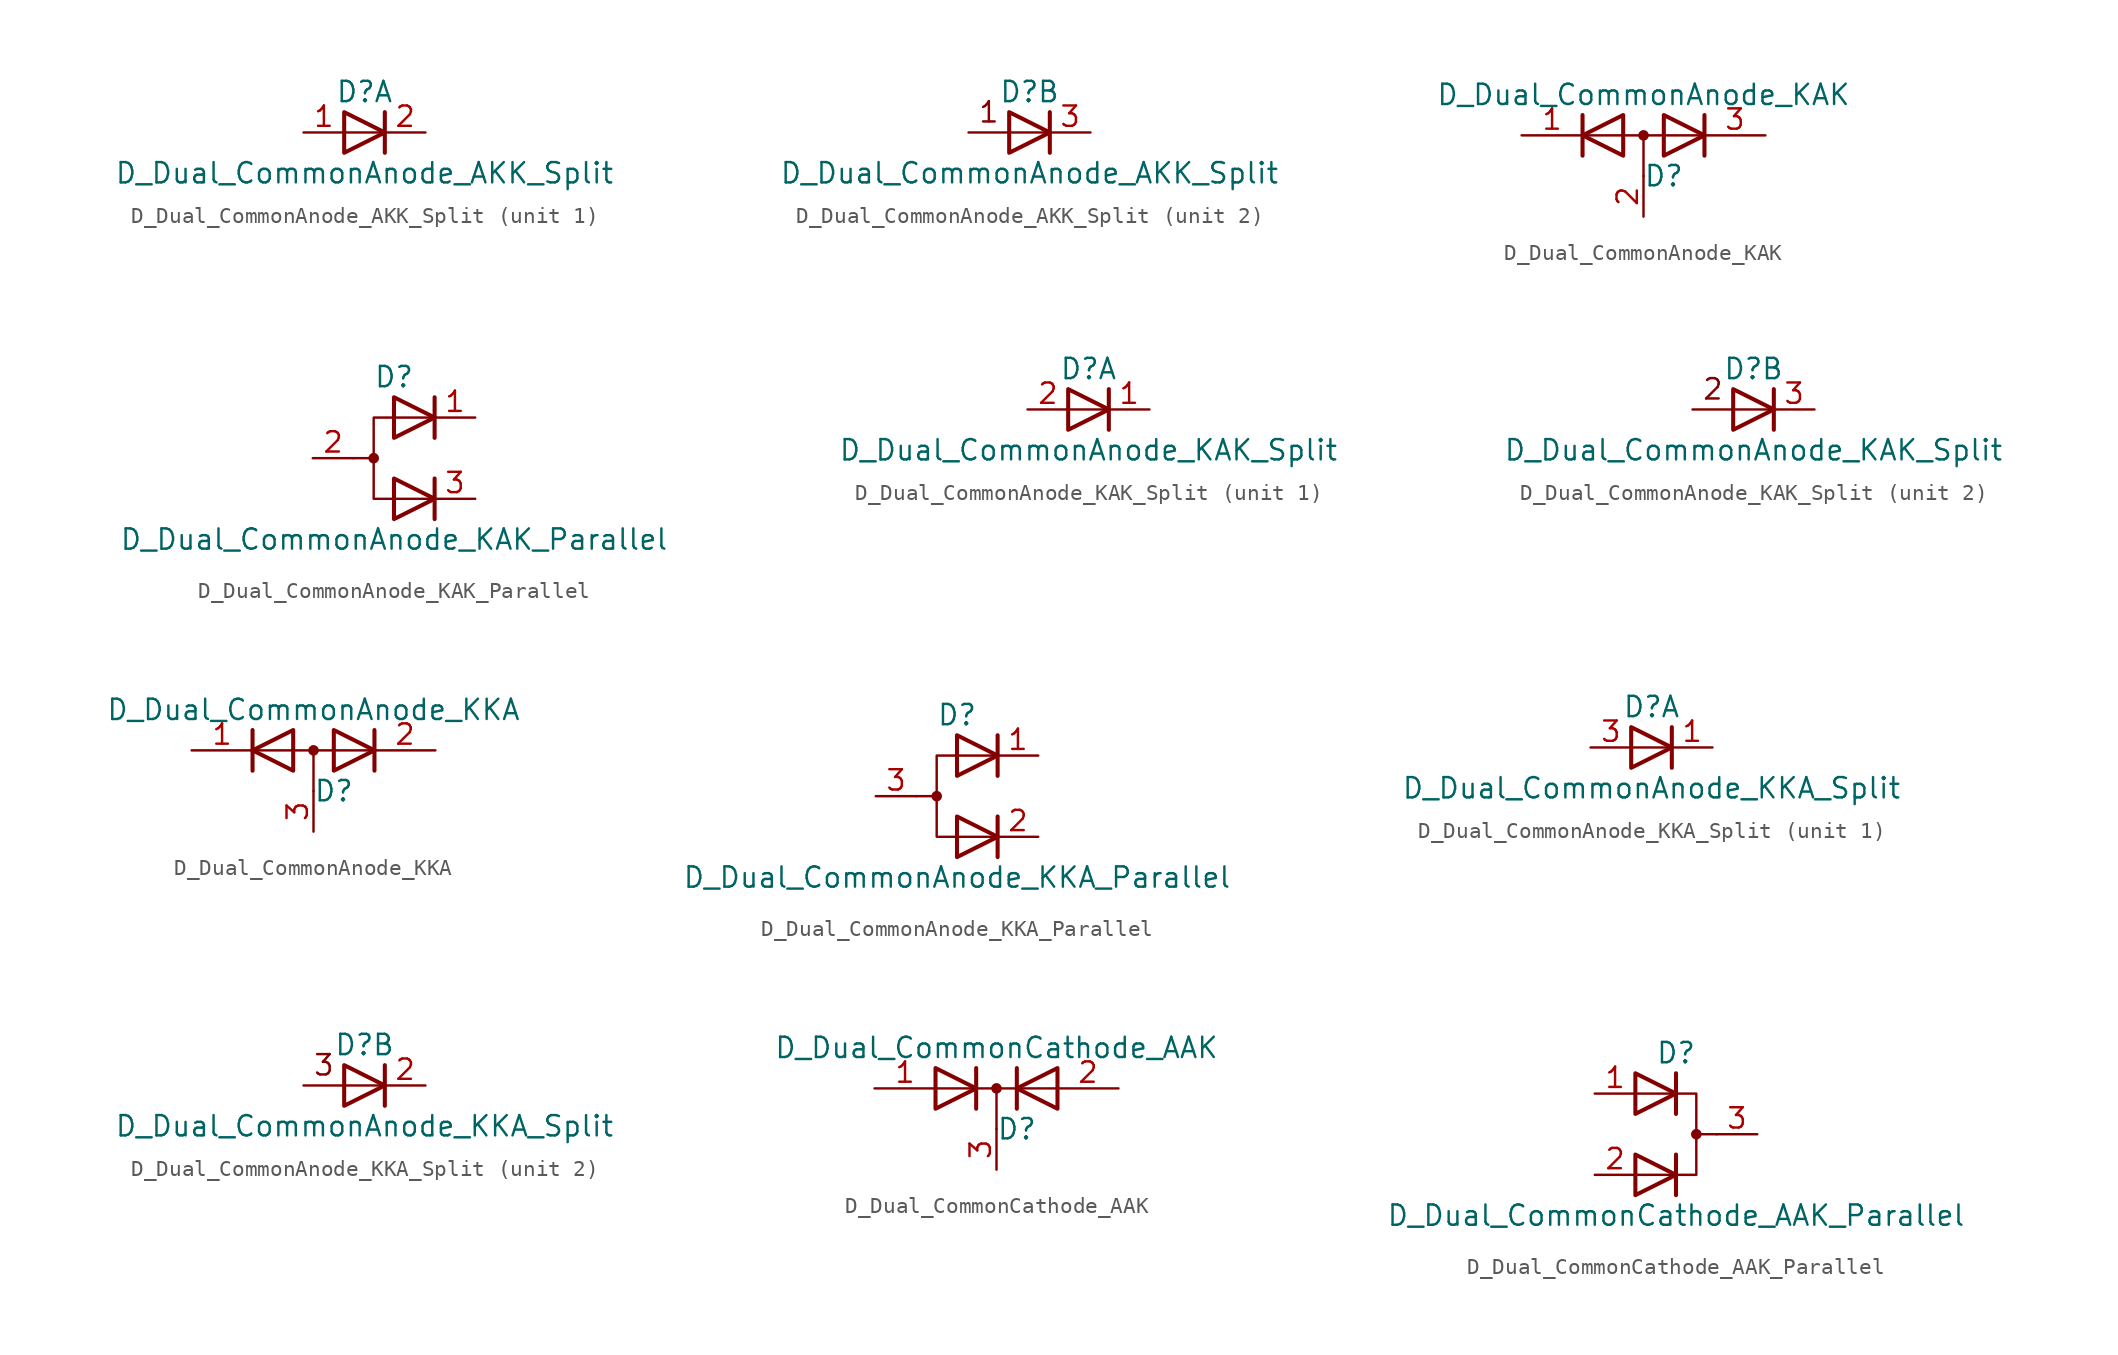
<source format=kicad_sym>
(kicad_symbol_lib
  (version 20241209)
  (generator "kicad_symbol_editor")
  (generator_version "9.0")
  (symbol "D_Dual_CommonAnode_AKK_Split"
    (pin_names
      (offset 0.762)
      (hide yes))
    (property "Reference" "D"
      (at 0 2.54 0)
      (effects (font (size 1.27 1.27))))
    (property "Value" "D_Dual_CommonAnode_AKK_Split"
      (at 0 -2.54 0)
      (effects (font (size 1.27 1.27))))
    (property "ki_locked" ""
      (at 0 0 0)
      (effects (font (size 1.27 1.27))))
    (symbol "D_Dual_CommonAnode_AKK_Split_0_0"
      (polyline (pts (xy 1.27 1.27) (xy 1.27 -1.27)) (stroke (width 0.254) (type solid)) (fill (type none))))
    (symbol "D_Dual_CommonAnode_AKK_Split_0_1"
      (polyline (pts (xy -1.27 1.27) (xy 1.27 0) (xy -1.27 -1.27) (xy -1.27 1.27) (xy -1.27 1.27) (xy -1.27 1.27)) (stroke (width 0.254) (type solid)) (fill (type none))))
    (symbol "D_Dual_CommonAnode_AKK_Split_1_1"
      (polyline (pts (xy 1.27 0) (xy -1.27 0)) (stroke (width 0) (type solid)) (fill (type none)))
      (pin passive line (at -3.81 0 0) (length 2.54) (name "A" (effects (font (size 1.27 1.27)))) (number "1" (effects (font (size 1.27 1.27)))))
      (pin passive line (at 3.81 0 180) (length 2.54) (name "K" (effects (font (size 1.27 1.27)))) (number "2" (effects (font (size 1.27 1.27))))))
    (symbol "D_Dual_CommonAnode_AKK_Split_2_0"
      (polyline (pts (xy 1.27 0) (xy -3.81 0)) (stroke (width 0) (type solid)) (fill (type none)))
      (text "1" (at -2.54 1.27 0) (effects (font (size 1.27 1.27)))))
    (symbol "D_Dual_CommonAnode_AKK_Split_2_1"
      (pin passive line (at 3.81 0 180) (length 2.54) (name "K" (effects (font (size 1.27 1.27)))) (number "3" (effects (font (size 1.27 1.27)))))))
  (symbol "D_Dual_CommonAnode_KAK"
    (pin_names
      (offset 0.762)
      (hide yes))
    (property "Reference" "D"
      (at 1.27 -2.54 0)
      (effects (font (size 1.27 1.27))))
    (property "Value" "D_Dual_CommonAnode_KAK"
      (at 0 2.54 0)
      (effects (font (size 1.27 1.27))))
    (symbol "D_Dual_CommonAnode_KAK_0_1"
      (polyline (pts (xy -3.81 1.27) (xy -3.81 -1.27) (xy -3.81 -1.27)) (stroke (width 0.254) (type solid)) (fill (type none)))
      (polyline (pts (xy -1.27 -1.27) (xy -3.81 0) (xy -1.27 1.27) (xy -1.27 -1.27) (xy -1.27 -1.27) (xy -1.27 -1.27)) (stroke (width 0.254) (type solid)) (fill (type none)))
      (polyline (pts (xy 0 0) (xy 0 -2.54)) (stroke (width 0) (type solid)) (fill (type none)))
      (circle (center 0 0) (radius 0.254) (stroke (width 0) (type solid)) (fill (type outline)))
      (polyline (pts (xy 1.27 1.27) (xy 3.81 0) (xy 1.27 -1.27) (xy 1.27 1.27) (xy 1.27 1.27) (xy 1.27 1.27)) (stroke (width 0.254) (type solid)) (fill (type none)))
      (polyline (pts (xy 3.81 1.27) (xy 3.81 -1.27) (xy 3.81 -1.27)) (stroke (width 0.254) (type solid)) (fill (type none)))
      (polyline (pts (xy 3.81 0) (xy -3.81 0)) (stroke (width 0) (type solid)) (fill (type none)))
      (pin passive line (at -7.62 0 0) (length 3.81) (name "K" (effects (font (size 1.27 1.27)))) (number "1" (effects (font (size 1.27 1.27)))))
      (pin passive line (at 0 -5.08 90) (length 2.54) (name "A" (effects (font (size 1.27 1.27)))) (number "2" (effects (font (size 1.27 1.27)))))
      (pin passive line (at 7.62 0 180) (length 3.81) (name "K" (effects (font (size 1.27 1.27)))) (number "3" (effects (font (size 1.27 1.27)))))))
  (symbol "D_Dual_CommonAnode_KAK_Parallel"
    (pin_names
      (offset 0.762)
      (hide yes))
    (property "Reference" "D"
      (at 0 5.08 0)
      (effects (font (size 1.27 1.27))))
    (property "Value" "D_Dual_CommonAnode_KAK_Parallel"
      (at 0 -5.08 0)
      (effects (font (size 1.27 1.27))))
    (symbol "D_Dual_CommonAnode_KAK_Parallel_0_0"
      (polyline (pts (xy 2.54 3.81) (xy 2.54 1.27)) (stroke (width 0.254) (type solid)) (fill (type none)))
      (polyline (pts (xy 2.54 -1.27) (xy 2.54 -3.81)) (stroke (width 0.254) (type solid)) (fill (type none))))
    (symbol "D_Dual_CommonAnode_KAK_Parallel_0_1"
      (circle (center -1.27 0) (radius 0.254) (stroke (width 0) (type solid)) (fill (type outline)))
      (polyline (pts (xy -1.27 0) (xy -2.54 0)) (stroke (width 0) (type solid)) (fill (type none)))
      (polyline (pts (xy 0 3.81) (xy 2.54 2.54) (xy 0 1.27) (xy 0 3.81) (xy 0 3.81) (xy 0 3.81)) (stroke (width 0.254) (type solid)) (fill (type none)))
      (polyline (pts (xy 0 -1.27) (xy 2.54 -2.54) (xy 0 -3.81) (xy 0 -1.27) (xy 0 -1.27) (xy 0 -1.27)) (stroke (width 0.254) (type solid)) (fill (type none)))
      (polyline (pts (xy 2.54 2.54) (xy -1.27 2.54) (xy -1.27 -2.54) (xy 2.54 -2.54)) (stroke (width 0) (type solid)) (fill (type none)))
      (pin passive line (at -5.08 0 0) (length 2.54) (name "A" (effects (font (size 1.27 1.27)))) (number "2" (effects (font (size 1.27 1.27)))))
      (pin passive line (at 5.08 2.54 180) (length 2.54) (name "K" (effects (font (size 1.27 1.27)))) (number "1" (effects (font (size 1.27 1.27)))))
      (pin passive line (at 5.08 -2.54 180) (length 2.54) (name "K" (effects (font (size 1.27 1.27)))) (number "3" (effects (font (size 1.27 1.27)))))))
  (symbol "D_Dual_CommonAnode_KAK_Split"
    (pin_names
      (offset 0.762)
      (hide yes))
    (property "Reference" "D"
      (at 0 2.54 0)
      (effects (font (size 1.27 1.27))))
    (property "Value" "D_Dual_CommonAnode_KAK_Split"
      (at 0 -2.54 0)
      (effects (font (size 1.27 1.27))))
    (property "ki_locked" ""
      (at 0 0 0)
      (effects (font (size 1.27 1.27))))
    (symbol "D_Dual_CommonAnode_KAK_Split_0_0"
      (polyline (pts (xy 1.27 1.27) (xy 1.27 -1.27)) (stroke (width 0.254) (type solid)) (fill (type none))))
    (symbol "D_Dual_CommonAnode_KAK_Split_0_1"
      (polyline (pts (xy -1.27 1.27) (xy 1.27 0) (xy -1.27 -1.27) (xy -1.27 1.27) (xy -1.27 1.27) (xy -1.27 1.27)) (stroke (width 0.254) (type solid)) (fill (type none))))
    (symbol "D_Dual_CommonAnode_KAK_Split_1_1"
      (polyline (pts (xy 1.27 0) (xy -1.27 0)) (stroke (width 0) (type solid)) (fill (type none)))
      (pin passive line (at -3.81 0 0) (length 2.54) (name "A" (effects (font (size 1.27 1.27)))) (number "2" (effects (font (size 1.27 1.27)))))
      (pin passive line (at 3.81 0 180) (length 2.54) (name "K" (effects (font (size 1.27 1.27)))) (number "1" (effects (font (size 1.27 1.27))))))
    (symbol "D_Dual_CommonAnode_KAK_Split_2_0"
      (polyline (pts (xy 1.27 0) (xy -3.81 0)) (stroke (width 0) (type solid)) (fill (type none)))
      (text "2" (at -2.54 1.27 0) (effects (font (size 1.27 1.27)))))
    (symbol "D_Dual_CommonAnode_KAK_Split_2_1"
      (pin passive line (at 3.81 0 180) (length 2.54) (name "K" (effects (font (size 1.27 1.27)))) (number "3" (effects (font (size 1.27 1.27)))))))
  (symbol "D_Dual_CommonAnode_KKA"
    (pin_names
      (offset 0.762)
      (hide yes))
    (property "Reference" "D"
      (at 1.27 -2.54 0)
      (effects (font (size 1.27 1.27))))
    (property "Value" "D_Dual_CommonAnode_KKA"
      (at 0 2.54 0)
      (effects (font (size 1.27 1.27))))
    (symbol "D_Dual_CommonAnode_KKA_0_1"
      (polyline (pts (xy -3.81 1.27) (xy -3.81 -1.27) (xy -3.81 -1.27)) (stroke (width 0.254) (type solid)) (fill (type none)))
      (polyline (pts (xy -3.81 0) (xy 3.81 0)) (stroke (width 0) (type solid)) (fill (type none)))
      (polyline (pts (xy -1.27 -1.27) (xy -3.81 0) (xy -1.27 1.27) (xy -1.27 -1.27) (xy -1.27 -1.27) (xy -1.27 -1.27)) (stroke (width 0.254) (type solid)) (fill (type none)))
      (polyline (pts (xy 0 0) (xy 0 -2.54)) (stroke (width 0) (type solid)) (fill (type none)))
      (circle (center 0 0) (radius 0.254) (stroke (width 0) (type solid)) (fill (type outline)))
      (polyline (pts (xy 1.27 1.27) (xy 3.81 0) (xy 1.27 -1.27) (xy 1.27 1.27) (xy 1.27 1.27) (xy 1.27 1.27)) (stroke (width 0.254) (type solid)) (fill (type none)))
      (polyline (pts (xy 3.81 1.27) (xy 3.81 -1.27) (xy 3.81 -1.27)) (stroke (width 0.254) (type solid)) (fill (type none)))
      (pin passive line (at -7.62 0 0) (length 3.81) (name "K" (effects (font (size 1.27 1.27)))) (number "1" (effects (font (size 1.27 1.27)))))
      (pin passive line (at 0 -5.08 90) (length 2.54) (name "A" (effects (font (size 1.27 1.27)))) (number "3" (effects (font (size 1.27 1.27)))))
      (pin passive line (at 7.62 0 180) (length 3.81) (name "K" (effects (font (size 1.27 1.27)))) (number "2" (effects (font (size 1.27 1.27)))))))
  (symbol "D_Dual_CommonAnode_KKA_Parallel"
    (pin_names
      (offset 0.762)
      (hide yes))
    (property "Reference" "D"
      (at 0 5.08 0)
      (effects (font (size 1.27 1.27))))
    (property "Value" "D_Dual_CommonAnode_KKA_Parallel"
      (at 0 -5.08 0)
      (effects (font (size 1.27 1.27))))
    (symbol "D_Dual_CommonAnode_KKA_Parallel_0_0"
      (polyline (pts (xy 2.54 1.27) (xy 2.54 3.81)) (stroke (width 0.254) (type solid)) (fill (type none)))
      (polyline (pts (xy 2.54 -3.81) (xy 2.54 -1.27)) (stroke (width 0.254) (type solid)) (fill (type none))))
    (symbol "D_Dual_CommonAnode_KKA_Parallel_0_1"
      (circle (center -1.27 0) (radius 0.254) (stroke (width 0) (type solid)) (fill (type outline)))
      (polyline (pts (xy -1.27 0) (xy -2.54 0)) (stroke (width 0) (type solid)) (fill (type none)))
      (polyline (pts (xy 0 3.81) (xy 2.54 2.54) (xy 0 1.27) (xy 0 3.81) (xy 0 3.81) (xy 0 3.81)) (stroke (width 0.254) (type solid)) (fill (type none)))
      (polyline (pts (xy 0 -1.27) (xy 2.54 -2.54) (xy 0 -3.81) (xy 0 -1.27) (xy 0 -1.27) (xy 0 -1.27)) (stroke (width 0.254) (type solid)) (fill (type none)))
      (polyline (pts (xy 2.54 2.54) (xy -1.27 2.54) (xy -1.27 -2.54) (xy 2.54 -2.54)) (stroke (width 0) (type solid)) (fill (type none)))
      (pin passive line (at -5.08 0 0) (length 2.54) (name "A" (effects (font (size 1.27 1.27)))) (number "3" (effects (font (size 1.27 1.27)))))
      (pin passive line (at 5.08 2.54 180) (length 2.54) (name "K" (effects (font (size 1.27 1.27)))) (number "1" (effects (font (size 1.27 1.27)))))
      (pin passive line (at 5.08 -2.54 180) (length 2.54) (name "K" (effects (font (size 1.27 1.27)))) (number "2" (effects (font (size 1.27 1.27)))))))
  (symbol "D_Dual_CommonAnode_KKA_Split"
    (pin_names
      (offset 0.762)
      (hide yes))
    (property "Reference" "D"
      (at 0 2.54 0)
      (effects (font (size 1.27 1.27))))
    (property "Value" "D_Dual_CommonAnode_KKA_Split"
      (at 0 -2.54 0)
      (effects (font (size 1.27 1.27))))
    (property "ki_locked" ""
      (at 0 0 0)
      (effects (font (size 1.27 1.27))))
    (symbol "D_Dual_CommonAnode_KKA_Split_0_0"
      (polyline (pts (xy 1.27 1.27) (xy 1.27 -1.27)) (stroke (width 0.254) (type solid)) (fill (type none))))
    (symbol "D_Dual_CommonAnode_KKA_Split_0_1"
      (polyline (pts (xy -1.27 1.27) (xy 1.27 0) (xy -1.27 -1.27) (xy -1.27 1.27) (xy -1.27 1.27) (xy -1.27 1.27)) (stroke (width 0.254) (type solid)) (fill (type none))))
    (symbol "D_Dual_CommonAnode_KKA_Split_1_1"
      (polyline (pts (xy 1.27 0) (xy -1.27 0)) (stroke (width 0) (type solid)) (fill (type none)))
      (pin passive line (at -3.81 0 0) (length 2.54) (name "A" (effects (font (size 1.27 1.27)))) (number "3" (effects (font (size 1.27 1.27)))))
      (pin passive line (at 3.81 0 180) (length 2.54) (name "K" (effects (font (size 1.27 1.27)))) (number "1" (effects (font (size 1.27 1.27))))))
    (symbol "D_Dual_CommonAnode_KKA_Split_2_0"
      (polyline (pts (xy 1.27 0) (xy -3.81 0)) (stroke (width 0) (type solid)) (fill (type none)))
      (text "3" (at -2.54 1.27 0) (effects (font (size 1.27 1.27)))))
    (symbol "D_Dual_CommonAnode_KKA_Split_2_1"
      (pin passive line (at 3.81 0 180) (length 2.54) (name "K" (effects (font (size 1.27 1.27)))) (number "2" (effects (font (size 1.27 1.27)))))))
  (symbol "D_Dual_CommonCathode_AAK"
    (pin_names
      (offset 0.762)
      (hide yes))
    (property "Reference" "D"
      (at 1.27 -2.54 0)
      (effects (font (size 1.27 1.27))))
    (property "Value" "D_Dual_CommonCathode_AAK"
      (at 0 2.54 0)
      (effects (font (size 1.27 1.27))))
    (symbol "D_Dual_CommonCathode_AAK_0_1"
      (polyline (pts (xy -3.81 1.27) (xy -1.27 0) (xy -3.81 -1.27) (xy -3.81 1.27) (xy -3.81 1.27) (xy -3.81 1.27)) (stroke (width 0.254) (type solid)) (fill (type none)))
      (polyline (pts (xy -3.81 0) (xy 3.81 0)) (stroke (width 0) (type solid)) (fill (type none)))
      (polyline (pts (xy -1.27 -1.27) (xy -1.27 1.27) (xy -1.27 1.27)) (stroke (width 0.254) (type solid)) (fill (type none)))
      (polyline (pts (xy 0 0) (xy 0 -2.54)) (stroke (width 0) (type solid)) (fill (type none)))
      (circle (center 0 0) (radius 0.254) (stroke (width 0) (type solid)) (fill (type outline)))
      (polyline (pts (xy 1.27 -1.27) (xy 1.27 1.27) (xy 1.27 1.27)) (stroke (width 0.254) (type solid)) (fill (type none)))
      (polyline (pts (xy 3.81 -1.27) (xy 1.27 0) (xy 3.81 1.27) (xy 3.81 -1.27) (xy 3.81 -1.27) (xy 3.81 -1.27)) (stroke (width 0.254) (type solid)) (fill (type none)))
      (pin passive line (at -7.62 0 0) (length 3.81) (name "A" (effects (font (size 1.27 1.27)))) (number "1" (effects (font (size 1.27 1.27)))))
      (pin passive line (at 0 -5.08 90) (length 2.54) (name "K" (effects (font (size 1.27 1.27)))) (number "3" (effects (font (size 1.27 1.27)))))
      (pin passive line (at 7.62 0 180) (length 3.81) (name "A" (effects (font (size 1.27 1.27)))) (number "2" (effects (font (size 1.27 1.27)))))))
  (symbol "D_Dual_CommonCathode_AAK_Parallel"
    (pin_names
      (offset 0.762)
      (hide yes))
    (property "Reference" "D"
      (at 0 5.08 0)
      (effects (font (size 1.27 1.27))))
    (property "Value" "D_Dual_CommonCathode_AAK_Parallel"
      (at 0 -5.08 0)
      (effects (font (size 1.27 1.27))))
    (symbol "D_Dual_CommonCathode_AAK_Parallel_0_0"
      (polyline (pts (xy 0 1.27) (xy 0 3.81)) (stroke (width 0.254) (type solid)) (fill (type none)))
      (polyline (pts (xy 0 -1.27) (xy 0 -3.81)) (stroke (width 0.254) (type solid)) (fill (type none))))
    (symbol "D_Dual_CommonCathode_AAK_Parallel_0_1"
      (polyline (pts (xy -2.54 3.81) (xy 0 2.54) (xy -2.54 1.27) (xy -2.54 3.81) (xy -2.54 3.81) (xy -2.54 3.81)) (stroke (width 0.254) (type solid)) (fill (type none)))
      (polyline (pts (xy -2.54 -1.27) (xy 0 -2.54) (xy -2.54 -3.81) (xy -2.54 -1.27) (xy -2.54 -1.27) (xy -2.54 -1.27)) (stroke (width 0.254) (type solid)) (fill (type none)))
      (polyline (pts (xy -2.54 -2.54) (xy 1.27 -2.54) (xy 1.27 2.54) (xy -2.54 2.54)) (stroke (width 0) (type solid)) (fill (type none)))
      (polyline (pts (xy 1.27 0) (xy 2.54 0)) (stroke (width 0) (type solid)) (fill (type none)))
      (circle (center 1.27 0) (radius 0.254) (stroke (width 0) (type solid)) (fill (type outline)))
      (pin passive line (at -5.08 2.54 0) (length 2.54) (name "K" (effects (font (size 1.27 1.27)))) (number "1" (effects (font (size 1.27 1.27)))))
      (pin passive line (at -5.08 -2.54 0) (length 2.54) (name "K" (effects (font (size 1.27 1.27)))) (number "2" (effects (font (size 1.27 1.27)))))
      (pin passive line (at 5.08 0 180) (length 2.54) (name "A" (effects (font (size 1.27 1.27)))) (number "3" (effects (font (size 1.27 1.27))))))))
</source>
